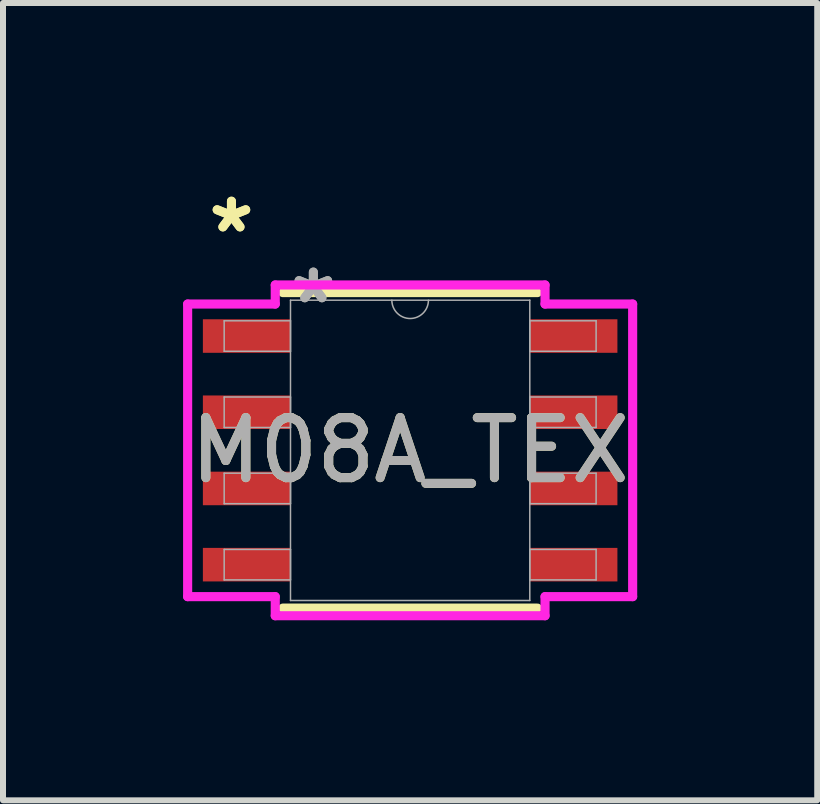
<source format=kicad_pcb>
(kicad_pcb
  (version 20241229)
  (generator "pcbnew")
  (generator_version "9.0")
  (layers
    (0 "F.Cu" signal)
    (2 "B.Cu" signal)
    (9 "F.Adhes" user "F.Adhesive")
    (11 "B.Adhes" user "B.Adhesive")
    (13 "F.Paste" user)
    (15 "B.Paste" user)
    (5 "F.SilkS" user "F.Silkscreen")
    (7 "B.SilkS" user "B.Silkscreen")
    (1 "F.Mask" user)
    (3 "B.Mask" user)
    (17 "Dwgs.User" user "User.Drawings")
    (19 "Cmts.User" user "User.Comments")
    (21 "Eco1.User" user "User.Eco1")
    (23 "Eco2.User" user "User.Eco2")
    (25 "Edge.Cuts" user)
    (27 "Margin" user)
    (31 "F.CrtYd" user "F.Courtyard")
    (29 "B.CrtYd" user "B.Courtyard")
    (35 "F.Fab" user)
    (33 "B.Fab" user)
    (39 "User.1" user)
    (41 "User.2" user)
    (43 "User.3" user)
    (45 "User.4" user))
  (footprint "M08A_TEX"
    (layer "F.Cu")
    (at 3.785 4.455)
    (property "Reference" "M08A_TEX" (at 0 0 0) (unlocked yes) (layer "F.SilkS") (effects (font (size 1 1) (thickness 0.15))))
    (attr smd)
    (fp_line (start -2.121 2.629) (end 2.121 2.629) (stroke (width 0.152) (type solid)) (layer "F.SilkS"))
    (fp_line (start 2.121 -2.629) (end -2.121 -2.629) (stroke (width 0.152) (type solid)) (layer "F.SilkS"))
    (fp_line (start -3.708 -2.438) (end -2.248 -2.438) (stroke (width 0.152) (type solid)) (layer "F.CrtYd"))
    (fp_line (start -3.708 2.438) (end -3.708 -2.438) (stroke (width 0.152) (type solid)) (layer "F.CrtYd"))
    (fp_line (start -3.708 2.438) (end -2.248 2.438) (stroke (width 0.152) (type solid)) (layer "F.CrtYd"))
    (fp_line (start -2.248 -2.756) (end 2.248 -2.756) (stroke (width 0.152) (type solid)) (layer "F.CrtYd"))
    (fp_line (start -2.248 -2.438) (end -2.248 -2.756) (stroke (width 0.152) (type solid)) (layer "F.CrtYd"))
    (fp_line (start -2.248 2.756) (end -2.248 2.438) (stroke (width 0.152) (type solid)) (layer "F.CrtYd"))
    (fp_line (start 2.248 -2.756) (end 2.248 -2.438) (stroke (width 0.152) (type solid)) (layer "F.CrtYd"))
    (fp_line (start 2.248 2.438) (end 2.248 2.756) (stroke (width 0.152) (type solid)) (layer "F.CrtYd"))
    (fp_line (start 2.248 2.756) (end -2.248 2.756) (stroke (width 0.152) (type solid)) (layer "F.CrtYd"))
    (fp_line (start 3.708 -2.438) (end 2.248 -2.438) (stroke (width 0.152) (type solid)) (layer "F.CrtYd"))
    (fp_line (start 3.708 -2.438) (end 3.708 2.438) (stroke (width 0.152) (type solid)) (layer "F.CrtYd"))
    (fp_line (start 3.708 2.438) (end 2.248 2.438) (stroke (width 0.152) (type solid)) (layer "F.CrtYd"))
    (fp_line (start -3.099 -2.159) (end -3.099 -1.651) (stroke (width 0.025) (type solid)) (layer "F.Fab"))
    (fp_line (start -3.099 -1.651) (end -1.994 -1.651) (stroke (width 0.025) (type solid)) (layer "F.Fab"))
    (fp_line (start -3.099 -0.889) (end -3.099 -0.381) (stroke (width 0.025) (type solid)) (layer "F.Fab"))
    (fp_line (start -3.099 -0.381) (end -1.994 -0.381) (stroke (width 0.025) (type solid)) (layer "F.Fab"))
    (fp_line (start -3.099 0.381) (end -3.099 0.889) (stroke (width 0.025) (type solid)) (layer "F.Fab"))
    (fp_line (start -3.099 0.889) (end -1.994 0.889) (stroke (width 0.025) (type solid)) (layer "F.Fab"))
    (fp_line (start -3.099 1.651) (end -3.099 2.159) (stroke (width 0.025) (type solid)) (layer "F.Fab"))
    (fp_line (start -3.099 2.159) (end -1.994 2.159) (stroke (width 0.025) (type solid)) (layer "F.Fab"))
    (fp_line (start -1.994 -2.502) (end -1.994 2.502) (stroke (width 0.025) (type solid)) (layer "F.Fab"))
    (fp_line (start -1.994 -2.159) (end -3.099 -2.159) (stroke (width 0.025) (type solid)) (layer "F.Fab"))
    (fp_line (start -1.994 -1.651) (end -1.994 -2.159) (stroke (width 0.025) (type solid)) (layer "F.Fab"))
    (fp_line (start -1.994 -0.889) (end -3.099 -0.889) (stroke (width 0.025) (type solid)) (layer "F.Fab"))
    (fp_line (start -1.994 -0.381) (end -1.994 -0.889) (stroke (width 0.025) (type solid)) (layer "F.Fab"))
    (fp_line (start -1.994 0.381) (end -3.099 0.381) (stroke (width 0.025) (type solid)) (layer "F.Fab"))
    (fp_line (start -1.994 0.889) (end -1.994 0.381) (stroke (width 0.025) (type solid)) (layer "F.Fab"))
    (fp_line (start -1.994 1.651) (end -3.099 1.651) (stroke (width 0.025) (type solid)) (layer "F.Fab"))
    (fp_line (start -1.994 2.159) (end -1.994 1.651) (stroke (width 0.025) (type solid)) (layer "F.Fab"))
    (fp_line (start -1.994 2.502) (end 1.994 2.502) (stroke (width 0.025) (type solid)) (layer "F.Fab"))
    (fp_line (start 1.994 -2.502) (end -1.994 -2.502) (stroke (width 0.025) (type solid)) (layer "F.Fab"))
    (fp_line (start 1.994 -2.159) (end 1.994 -1.651) (stroke (width 0.025) (type solid)) (layer "F.Fab"))
    (fp_line (start 1.994 -1.651) (end 3.099 -1.651) (stroke (width 0.025) (type solid)) (layer "F.Fab"))
    (fp_line (start 1.994 -0.889) (end 1.994 -0.381) (stroke (width 0.025) (type solid)) (layer "F.Fab"))
    (fp_line (start 1.994 -0.381) (end 3.099 -0.381) (stroke (width 0.025) (type solid)) (layer "F.Fab"))
    (fp_line (start 1.994 0.381) (end 1.994 0.889) (stroke (width 0.025) (type solid)) (layer "F.Fab"))
    (fp_line (start 1.994 0.889) (end 3.099 0.889) (stroke (width 0.025) (type solid)) (layer "F.Fab"))
    (fp_line (start 1.994 1.651) (end 1.994 2.159) (stroke (width 0.025) (type solid)) (layer "F.Fab"))
    (fp_line (start 1.994 2.159) (end 3.099 2.159) (stroke (width 0.025) (type solid)) (layer "F.Fab"))
    (fp_line (start 1.994 2.502) (end 1.994 -2.502) (stroke (width 0.025) (type solid)) (layer "F.Fab"))
    (fp_line (start 3.099 -2.159) (end 1.994 -2.159) (stroke (width 0.025) (type solid)) (layer "F.Fab"))
    (fp_line (start 3.099 -1.651) (end 3.099 -2.159) (stroke (width 0.025) (type solid)) (layer "F.Fab"))
    (fp_line (start 3.099 -0.889) (end 1.994 -0.889) (stroke (width 0.025) (type solid)) (layer "F.Fab"))
    (fp_line (start 3.099 -0.381) (end 3.099 -0.889) (stroke (width 0.025) (type solid)) (layer "F.Fab"))
    (fp_line (start 3.099 0.381) (end 1.994 0.381) (stroke (width 0.025) (type solid)) (layer "F.Fab"))
    (fp_line (start 3.099 0.889) (end 3.099 0.381) (stroke (width 0.025) (type solid)) (layer "F.Fab"))
    (fp_line (start 3.099 1.651) (end 1.994 1.651) (stroke (width 0.025) (type solid)) (layer "F.Fab"))
    (fp_line (start 3.099 2.159) (end 3.099 1.651) (stroke (width 0.025) (type solid)) (layer "F.Fab"))
    (fp_arc (start 0.3048 -2.5019) (mid 0 -2.1971) (end -0.3048 -2.5019) (stroke (width 0.0254) (type solid)) (layer "F.Fab"))
    (fp_text user "*" (at -2.978 -3.607 0) (unlocked yes) (layer "F.SilkS") (effects (font (size 1 1) (thickness 0.15))))
    (fp_text user "*" (at -2.978 -3.607 0) (layer "F.SilkS") (effects (font (size 1 1) (thickness 0.15))))
    (fp_text user "*" (at -1.613 -2.426 0) (unlocked yes) (layer "F.Fab") (effects (font (size 1 1) (thickness 0.15))))
    (fp_text user "${REFERENCE}" (at 0 0 0) (unlocked yes) (layer "F.Fab") (effects (font (size 1 1) (thickness 0.15))))
    (fp_text user "*" (at -1.613 -2.426 0) (layer "F.Fab") (effects (font (size 1 1) (thickness 0.15))))
    (pad "1" smd rect (at -2.724 -1.905) (size 1.46 0.559) (layers "F.Cu" "F.Mask" "F.Paste"))
    (pad "2" smd rect (at -2.724 -0.635) (size 1.46 0.559) (layers "F.Cu" "F.Mask" "F.Paste"))
    (pad "3" smd rect (at -2.724 0.635) (size 1.46 0.559) (layers "F.Cu" "F.Mask" "F.Paste"))
    (pad "4" smd rect (at -2.724 1.905) (size 1.46 0.559) (layers "F.Cu" "F.Mask" "F.Paste"))
    (pad "5" smd rect (at 2.724 1.905) (size 1.46 0.559) (layers "F.Cu" "F.Mask" "F.Paste"))
    (pad "6" smd rect (at 2.724 0.635) (size 1.46 0.559) (layers "F.Cu" "F.Mask" "F.Paste"))
    (pad "7" smd rect (at 2.724 -0.635) (size 1.46 0.559) (layers "F.Cu" "F.Mask" "F.Paste"))
    (pad "8" smd rect (at 2.724 -1.905) (size 1.46 0.559) (layers "F.Cu" "F.Mask" "F.Paste")))
  (gr_rect
    (start -3 -3)
    (end 10.569 10.287)
    (stroke (width 0.1) (type default))
    (fill no)
    (layer "Edge.Cuts")))
</source>
